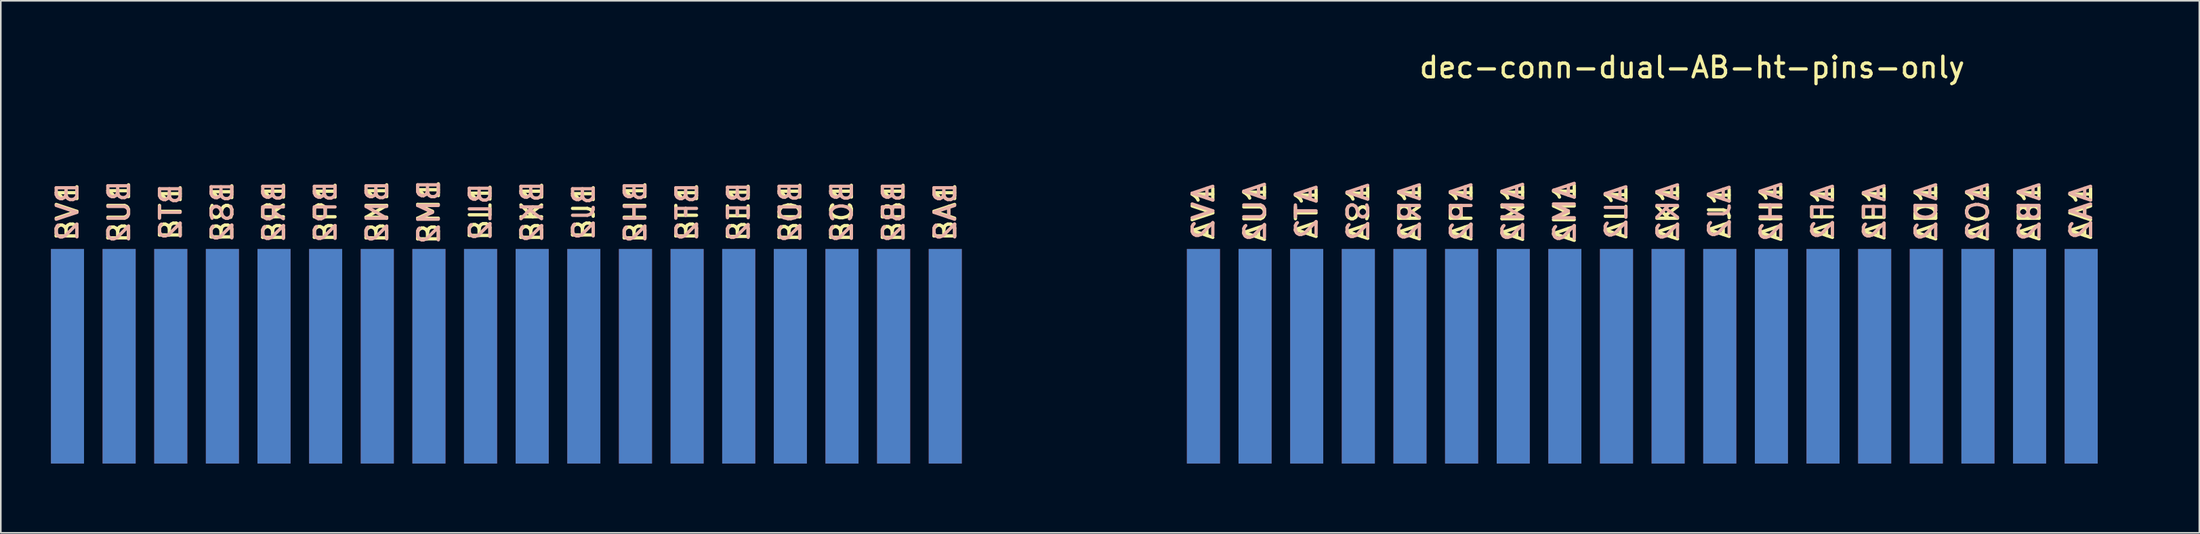
<source format=kicad_pcb>
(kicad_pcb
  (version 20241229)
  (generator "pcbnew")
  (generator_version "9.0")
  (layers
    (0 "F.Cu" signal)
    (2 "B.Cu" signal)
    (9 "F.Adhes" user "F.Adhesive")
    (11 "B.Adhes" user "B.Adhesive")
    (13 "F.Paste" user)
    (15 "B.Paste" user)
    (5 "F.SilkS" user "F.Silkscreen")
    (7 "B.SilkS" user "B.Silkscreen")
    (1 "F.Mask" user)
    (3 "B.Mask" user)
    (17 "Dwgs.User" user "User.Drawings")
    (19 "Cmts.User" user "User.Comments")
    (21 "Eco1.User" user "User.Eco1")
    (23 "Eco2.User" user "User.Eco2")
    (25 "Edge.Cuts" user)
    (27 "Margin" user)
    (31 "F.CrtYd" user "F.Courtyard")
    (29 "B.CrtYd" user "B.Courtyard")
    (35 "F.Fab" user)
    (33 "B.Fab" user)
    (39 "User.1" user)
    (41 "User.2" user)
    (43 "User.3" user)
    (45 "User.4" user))
  (footprint "dec-conn-dual-AB-ht-pins-only"
    (layer "F.Cu")
    (at 128.938 26.5)
    (property "Reference" "dec-conn-dual-AB-ht-pins-only" (at -27.94 -25.4 0) (layer "F.SilkS") (effects (font (size 1.27 1.27) (thickness 0.203))))
    (attr through_hole)
    (fp_text user "AF1" (at -19.888 -16.51 90) (layer "F.SilkS") (effects (font (size 1.27 1.27) (thickness 0.203))))
    (fp_text user "BB1" (at -77.038 -16.51 90) (layer "F.SilkS") (effects (font (size 1.27 1.27) (thickness 0.203))))
    (fp_text user "AA1" (at -4.013 -16.51 90) (layer "F.SilkS") (effects (font (size 1.27 1.27) (thickness 0.203))))
    (fp_text user "AM1" (at -35.763 -16.51 90) (layer "F.SilkS") (effects (font (size 1.27 1.27) (thickness 0.203))))
    (fp_text user "BC1" (at -80.213 -16.51 90) (layer "F.SilkS") (effects (font (size 1.27 1.27) (thickness 0.203))))
    (fp_text user "BA1" (at -73.863 -16.51 90) (layer "F.SilkS") (effects (font (size 1.27 1.27) (thickness 0.203))))
    (fp_text user "BP1" (at -111.963 -16.51 90) (layer "F.SilkS") (effects (font (size 1.27 1.27) (thickness 0.203))))
    (fp_text user "BM1" (at -105.613 -16.51 90) (layer "F.SilkS") (effects (font (size 1.27 1.27) (thickness 0.203))))
    (fp_text user "AH1" (at -23.063 -16.51 90) (layer "F.SilkS") (effects (font (size 1.27 1.27) (thickness 0.203))))
    (fp_text user "AJ1" (at -26.238 -16.51 90) (layer "F.SilkS") (effects (font (size 1.27 1.27) (thickness 0.203))))
    (fp_text user "AK1" (at -29.413 -16.51 90) (layer "F.SilkS") (effects (font (size 1.27 1.27) (thickness 0.203))))
    (fp_text user "AL1" (at -32.588 -16.51 90) (layer "F.SilkS") (effects (font (size 1.27 1.27) (thickness 0.203))))
    (fp_text user "BD1" (at -83.388 -16.51 90) (layer "F.SilkS") (effects (font (size 1.27 1.27) (thickness 0.203))))
    (fp_text user "BL1" (at -102.438 -16.51 90) (layer "F.SilkS") (effects (font (size 1.27 1.27) (thickness 0.203))))
    (fp_text user "BN1" (at -108.788 -16.51 90) (layer "F.SilkS") (effects (font (size 1.27 1.27) (thickness 0.203))))
    (fp_text user "AU1" (at -54.813 -16.51 90) (layer "F.SilkS") (effects (font (size 1.27 1.27) (thickness 0.203))))
    (fp_text user "AR1" (at -45.288 -16.51 90) (layer "F.SilkS") (effects (font (size 1.27 1.27) (thickness 0.203))))
    (fp_text user "BH1" (at -92.913 -16.51 90) (layer "F.SilkS") (effects (font (size 1.27 1.27) (thickness 0.203))))
    (fp_text user "AP1" (at -42.113 -16.51 90) (layer "F.SilkS") (effects (font (size 1.27 1.27) (thickness 0.203))))
    (fp_text user "AN1" (at -38.938 -16.51 90) (layer "F.SilkS") (effects (font (size 1.27 1.27) (thickness 0.203))))
    (fp_text user "BT1" (at -121.488 -16.51 90) (layer "F.SilkS") (effects (font (size 1.27 1.27) (thickness 0.203))))
    (fp_text user "AS1" (at -48.463 -16.51 90) (layer "F.SilkS") (effects (font (size 1.27 1.27) (thickness 0.203))))
    (fp_text user "BR1" (at -115.138 -16.51 90) (layer "F.SilkS") (effects (font (size 1.27 1.27) (thickness 0.203))))
    (fp_text user "BK1" (at -99.263 -16.51 90) (layer "F.SilkS") (effects (font (size 1.27 1.27) (thickness 0.203))))
    (fp_text user "BS1" (at -118.313 -16.51 90) (layer "F.SilkS") (effects (font (size 1.27 1.27) (thickness 0.203))))
    (fp_text user "BJ1" (at -96.088 -16.51 90) (layer "F.SilkS") (effects (font (size 1.27 1.27) (thickness 0.203))))
    (fp_text user "BV1" (at -127.838 -16.51 90) (layer "F.SilkS") (effects (font (size 1.27 1.27) (thickness 0.203))))
    (fp_text user "AD1" (at -13.538 -16.51 90) (layer "F.SilkS") (effects (font (size 1.27 1.27) (thickness 0.203))))
    (fp_text user "BU1" (at -124.663 -16.51 90) (layer "F.SilkS") (effects (font (size 1.27 1.27) (thickness 0.203))))
    (fp_text user "AE1" (at -16.713 -16.51 90) (layer "F.SilkS") (effects (font (size 1.27 1.27) (thickness 0.203))))
    (fp_text user "BF1" (at -89.738 -16.51 90) (layer "F.SilkS") (effects (font (size 1.27 1.27) (thickness 0.203))))
    (fp_text user "AV1" (at -57.988 -16.51 90) (layer "F.SilkS") (effects (font (size 1.27 1.27) (thickness 0.203))))
    (fp_text user "BE1" (at -86.563 -16.51 90) (layer "F.SilkS") (effects (font (size 1.27 1.27) (thickness 0.203))))
    (fp_text user "AT1" (at -51.638 -16.51 90) (layer "F.SilkS") (effects (font (size 1.27 1.27) (thickness 0.203))))
    (fp_text user "AB1" (at -7.188 -16.51 90) (layer "F.SilkS") (effects (font (size 1.27 1.27) (thickness 0.203))))
    (fp_text user "AC1" (at -10.363 -16.51 90) (layer "F.SilkS") (effects (font (size 1.27 1.27) (thickness 0.203))))
    (fp_text user "AH2" (at -23.063 -16.51 90) (layer "B.SilkS") (effects (font (size 1.27 1.27) (thickness 0.203)) (justify mirror)))
    (fp_text user "BN2" (at -108.788 -16.51 90) (layer "B.SilkS") (effects (font (size 1.27 1.27) (thickness 0.203)) (justify mirror)))
    (fp_text user "AL2" (at -32.588 -16.51 90) (layer "B.SilkS") (effects (font (size 1.27 1.27) (thickness 0.203)) (justify mirror)))
    (fp_text user "AS2" (at -48.463 -16.51 90) (layer "B.SilkS") (effects (font (size 1.27 1.27) (thickness 0.203)) (justify mirror)))
    (fp_text user "AK2" (at -29.413 -16.51 90) (layer "B.SilkS") (effects (font (size 1.27 1.27) (thickness 0.203)) (justify mirror)))
    (fp_text user "BA2" (at -73.863 -16.51 90) (layer "B.SilkS") (effects (font (size 1.27 1.27) (thickness 0.203)) (justify mirror)))
    (fp_text user "BH2" (at -92.913 -16.51 90) (layer "B.SilkS") (effects (font (size 1.27 1.27) (thickness 0.203)) (justify mirror)))
    (fp_text user "AM2" (at -35.763 -16.51 90) (layer "B.SilkS") (effects (font (size 1.27 1.27) (thickness 0.203)) (justify mirror)))
    (fp_text user "AJ2" (at -26.238 -16.51 90) (layer "B.SilkS") (effects (font (size 1.27 1.27) (thickness 0.203)) (justify mirror)))
    (fp_text user "AP2" (at -42.113 -16.51 90) (layer "B.SilkS") (effects (font (size 1.27 1.27) (thickness 0.203)) (justify mirror)))
    (fp_text user "BT2" (at -121.488 -16.51 90) (layer "B.SilkS") (effects (font (size 1.27 1.27) (thickness 0.203)) (justify mirror)))
    (fp_text user "BF2" (at -89.738 -16.51 90) (layer "B.SilkS") (effects (font (size 1.27 1.27) (thickness 0.203)) (justify mirror)))
    (fp_text user "BD2" (at -83.388 -16.51 90) (layer "B.SilkS") (effects (font (size 1.27 1.27) (thickness 0.203)) (justify mirror)))
    (fp_text user "BE2" (at -86.563 -16.51 90) (layer "B.SilkS") (effects (font (size 1.27 1.27) (thickness 0.203)) (justify mirror)))
    (fp_text user "BV2" (at -127.838 -16.51 90) (layer "B.SilkS") (effects (font (size 1.27 1.27) (thickness 0.203)) (justify mirror)))
    (fp_text user "AF2" (at -19.888 -16.51 90) (layer "B.SilkS") (effects (font (size 1.27 1.27) (thickness 0.203)) (justify mirror)))
    (fp_text user "AR2" (at -45.288 -16.51 90) (layer "B.SilkS") (effects (font (size 1.27 1.27) (thickness 0.203)) (justify mirror)))
    (fp_text user "AD2" (at -13.538 -16.51 90) (layer "B.SilkS") (effects (font (size 1.27 1.27) (thickness 0.203)) (justify mirror)))
    (fp_text user "BS2" (at -118.313 -16.51 90) (layer "B.SilkS") (effects (font (size 1.27 1.27) (thickness 0.203)) (justify mirror)))
    (fp_text user "BM2" (at -105.613 -16.51 90) (layer "B.SilkS") (effects (font (size 1.27 1.27) (thickness 0.203)) (justify mirror)))
    (fp_text user "BB2" (at -77.038 -16.51 90) (layer "B.SilkS") (effects (font (size 1.27 1.27) (thickness 0.203)) (justify mirror)))
    (fp_text user "AN2" (at -38.938 -16.51 90) (layer "B.SilkS") (effects (font (size 1.27 1.27) (thickness 0.203)) (justify mirror)))
    (fp_text user "BJ2" (at -96.088 -16.51 90) (layer "B.SilkS") (effects (font (size 1.27 1.27) (thickness 0.203)) (justify mirror)))
    (fp_text user "AB2" (at -7.188 -16.51 90) (layer "B.SilkS") (effects (font (size 1.27 1.27) (thickness 0.203)) (justify mirror)))
    (fp_text user "BC2" (at -80.213 -16.51 90) (layer "B.SilkS") (effects (font (size 1.27 1.27) (thickness 0.203)) (justify mirror)))
    (fp_text user "BP2" (at -111.963 -16.51 90) (layer "B.SilkS") (effects (font (size 1.27 1.27) (thickness 0.203)) (justify mirror)))
    (fp_text user "AE2" (at -16.713 -16.51 90) (layer "B.SilkS") (effects (font (size 1.27 1.27) (thickness 0.203)) (justify mirror)))
    (fp_text user "AC2" (at -10.363 -16.51 90) (layer "B.SilkS") (effects (font (size 1.27 1.27) (thickness 0.203)) (justify mirror)))
    (fp_text user "AT2" (at -51.638 -16.51 90) (layer "B.SilkS") (effects (font (size 1.27 1.27) (thickness 0.203)) (justify mirror)))
    (fp_text user "BU2" (at -124.663 -16.51 90) (layer "B.SilkS") (effects (font (size 1.27 1.27) (thickness 0.203)) (justify mirror)))
    (fp_text user "BR2" (at -115.138 -16.51 90) (layer "B.SilkS") (effects (font (size 1.27 1.27) (thickness 0.203)) (justify mirror)))
    (fp_text user "BK2" (at -99.263 -16.51 90) (layer "B.SilkS") (effects (font (size 1.27 1.27) (thickness 0.203)) (justify mirror)))
    (fp_text user "BL2" (at -102.438 -16.51 90) (layer "B.SilkS") (effects (font (size 1.27 1.27) (thickness 0.203)) (justify mirror)))
    (fp_text user "AA2" (at -4.013 -16.51 90) (layer "B.SilkS") (effects (font (size 1.27 1.27) (thickness 0.203)) (justify mirror)))
    (fp_text user "AU2" (at -54.813 -16.51 90) (layer "B.SilkS") (effects (font (size 1.27 1.27) (thickness 0.203)) (justify mirror)))
    (fp_text user "AV2" (at -57.988 -16.51 90) (layer "B.SilkS") (effects (font (size 1.27 1.27) (thickness 0.203)) (justify mirror)))
    (pad "AA1" connect rect (at -4.013 -13.462) (size 2.032 13.208) (drill (offset 0 5.842)) (layers "F.Cu" "F.Mask"))
    (pad "AA2" connect rect (at -4.013 -13.462) (size 2.032 13.208) (drill (offset 0 5.842)) (layers "B.Cu" "B.Mask"))
    (pad "AB1" connect rect (at -7.188 -13.462) (size 2.032 13.208) (drill (offset 0 5.842)) (layers "F.Cu" "F.Mask"))
    (pad "AB2" connect rect (at -7.188 -13.462) (size 2.032 13.208) (drill (offset 0 5.842)) (layers "B.Cu" "B.Mask"))
    (pad "AC1" connect rect (at -10.363 -13.462) (size 2.032 13.208) (drill (offset 0 5.842)) (layers "F.Cu" "F.Mask"))
    (pad "AC2" connect rect (at -10.363 -13.462) (size 2.032 13.208) (drill (offset 0 5.842)) (layers "B.Cu" "B.Mask"))
    (pad "AD1" connect rect (at -13.538 -13.462) (size 2.032 13.208) (drill (offset 0 5.842)) (layers "F.Cu" "F.Mask"))
    (pad "AD2" connect rect (at -13.538 -13.462) (size 2.032 13.208) (drill (offset 0 5.842)) (layers "B.Cu" "B.Mask"))
    (pad "AE1" connect rect (at -16.713 -13.462) (size 2.032 13.208) (drill (offset 0 5.842)) (layers "F.Cu" "F.Mask"))
    (pad "AE2" connect rect (at -16.713 -13.462) (size 2.032 13.208) (drill (offset 0 5.842)) (layers "B.Cu" "B.Mask"))
    (pad "AF1" connect rect (at -19.888 -13.462) (size 2.032 13.208) (drill (offset 0 5.842)) (layers "F.Cu" "F.Mask"))
    (pad "AF2" connect rect (at -19.888 -13.462) (size 2.032 13.208) (drill (offset 0 5.842)) (layers "B.Cu" "B.Mask"))
    (pad "AH1" connect rect (at -23.063 -13.462) (size 2.032 13.208) (drill (offset 0 5.842)) (layers "F.Cu" "F.Mask"))
    (pad "AH2" connect rect (at -23.063 -13.462) (size 2.032 13.208) (drill (offset 0 5.842)) (layers "B.Cu" "B.Mask"))
    (pad "AJ1" connect rect (at -26.238 -13.462) (size 2.032 13.208) (drill (offset 0 5.842)) (layers "F.Cu" "F.Mask"))
    (pad "AJ2" connect rect (at -26.238 -13.462) (size 2.032 13.208) (drill (offset 0 5.842)) (layers "B.Cu" "B.Mask"))
    (pad "AK1" connect rect (at -29.413 -13.462) (size 2.032 13.208) (drill (offset 0 5.842)) (layers "F.Cu" "F.Mask"))
    (pad "AK2" connect rect (at -29.413 -13.462) (size 2.032 13.208) (drill (offset 0 5.842)) (layers "B.Cu" "B.Mask"))
    (pad "AL1" connect rect (at -32.588 -13.462) (size 2.032 13.208) (drill (offset 0 5.842)) (layers "F.Cu" "F.Mask"))
    (pad "AL2" connect rect (at -32.588 -13.462) (size 2.032 13.208) (drill (offset 0 5.842)) (layers "B.Cu" "B.Mask"))
    (pad "AM1" connect rect (at -35.763 -13.462) (size 2.032 13.208) (drill (offset 0 5.842)) (layers "F.Cu" "F.Mask"))
    (pad "AM2" connect rect (at -35.763 -13.462) (size 2.032 13.208) (drill (offset 0 5.842)) (layers "B.Cu" "B.Mask"))
    (pad "AN1" connect rect (at -38.938 -13.462) (size 2.032 13.208) (drill (offset 0 5.842)) (layers "F.Cu" "F.Mask"))
    (pad "AN2" connect rect (at -38.938 -13.462) (size 2.032 13.208) (drill (offset 0 5.842)) (layers "B.Cu" "B.Mask"))
    (pad "AP1" connect rect (at -42.113 -13.462) (size 2.032 13.208) (drill (offset 0 5.842)) (layers "F.Cu" "F.Mask"))
    (pad "AP2" connect rect (at -42.113 -13.462) (size 2.032 13.208) (drill (offset 0 5.842)) (layers "B.Cu" "B.Mask"))
    (pad "AR1" connect rect (at -45.288 -13.462) (size 2.032 13.208) (drill (offset 0 5.842)) (layers "F.Cu" "F.Mask"))
    (pad "AR2" connect rect (at -45.288 -13.462) (size 2.032 13.208) (drill (offset 0 5.842)) (layers "B.Cu" "B.Mask"))
    (pad "AS1" connect rect (at -48.463 -13.462) (size 2.032 13.208) (drill (offset 0 5.842)) (layers "F.Cu" "F.Mask"))
    (pad "AS2" connect rect (at -48.463 -13.462) (size 2.032 13.208) (drill (offset 0 5.842)) (layers "B.Cu" "B.Mask"))
    (pad "AT1" connect rect (at -51.638 -13.462) (size 2.032 13.208) (drill (offset 0 5.842)) (layers "F.Cu" "F.Mask"))
    (pad "AT2" connect rect (at -51.638 -13.462) (size 2.032 13.208) (drill (offset 0 5.842)) (layers "B.Cu" "B.Mask"))
    (pad "AU1" connect rect (at -54.813 -13.462) (size 2.032 13.208) (drill (offset 0 5.842)) (layers "F.Cu" "F.Mask"))
    (pad "AU2" connect rect (at -54.813 -13.462) (size 2.032 13.208) (drill (offset 0 5.842)) (layers "B.Cu" "B.Mask"))
    (pad "AV1" connect rect (at -57.988 -13.462) (size 2.032 13.208) (drill (offset 0 5.842)) (layers "F.Cu" "F.Mask"))
    (pad "AV2" connect rect (at -57.988 -13.462) (size 2.032 13.208) (drill (offset 0 5.842)) (layers "B.Cu" "B.Mask"))
    (pad "BA1" connect rect (at -73.863 -13.462) (size 2.032 13.208) (drill (offset 0 5.842)) (layers "F.Cu" "F.Mask"))
    (pad "BA2" connect rect (at -73.863 -13.462) (size 2.032 13.208) (drill (offset 0 5.842)) (layers "B.Cu" "B.Mask"))
    (pad "BB1" connect rect (at -77.038 -13.462) (size 2.032 13.208) (drill (offset 0 5.842)) (layers "F.Cu" "F.Mask"))
    (pad "BB2" connect rect (at -77.038 -13.462) (size 2.032 13.208) (drill (offset 0 5.842)) (layers "B.Cu" "B.Mask"))
    (pad "BC1" connect rect (at -80.213 -13.462) (size 2.032 13.208) (drill (offset 0 5.842)) (layers "F.Cu" "F.Mask"))
    (pad "BC2" connect rect (at -80.213 -13.462) (size 2.032 13.208) (drill (offset 0 5.842)) (layers "B.Cu" "B.Mask"))
    (pad "BD1" connect rect (at -83.388 -13.462) (size 2.032 13.208) (drill (offset 0 5.842)) (layers "F.Cu" "F.Mask"))
    (pad "BD2" connect rect (at -83.388 -13.462) (size 2.032 13.208) (drill (offset 0 5.842)) (layers "B.Cu" "B.Mask"))
    (pad "BE1" connect rect (at -86.563 -13.462) (size 2.032 13.208) (drill (offset 0 5.842)) (layers "F.Cu" "F.Mask"))
    (pad "BE2" connect rect (at -86.563 -13.462) (size 2.032 13.208) (drill (offset 0 5.842)) (layers "B.Cu" "B.Mask"))
    (pad "BF1" connect rect (at -89.738 -13.462) (size 2.032 13.208) (drill (offset 0 5.842)) (layers "F.Cu" "F.Mask"))
    (pad "BF2" connect rect (at -89.738 -13.462) (size 2.032 13.208) (drill (offset 0 5.842)) (layers "B.Cu" "B.Mask"))
    (pad "BH1" connect rect (at -92.913 -13.462) (size 2.032 13.208) (drill (offset 0 5.842)) (layers "F.Cu" "F.Mask"))
    (pad "BH2" connect rect (at -92.913 -13.462) (size 2.032 13.208) (drill (offset 0 5.842)) (layers "B.Cu" "B.Mask"))
    (pad "BJ1" connect rect (at -96.088 -13.462) (size 2.032 13.208) (drill (offset 0 5.842)) (layers "F.Cu" "F.Mask"))
    (pad "BJ2" connect rect (at -96.088 -13.462) (size 2.032 13.208) (drill (offset 0 5.842)) (layers "B.Cu" "B.Mask"))
    (pad "BK1" connect rect (at -99.263 -13.462) (size 2.032 13.208) (drill (offset 0 5.842)) (layers "F.Cu" "F.Mask"))
    (pad "BK2" connect rect (at -99.263 -13.462) (size 2.032 13.208) (drill (offset 0 5.842)) (layers "B.Cu" "B.Mask"))
    (pad "BL1" connect rect (at -102.438 -13.462) (size 2.032 13.208) (drill (offset 0 5.842)) (layers "F.Cu" "F.Mask"))
    (pad "BL2" connect rect (at -102.438 -13.462) (size 2.032 13.208) (drill (offset 0 5.842)) (layers "B.Cu" "B.Mask"))
    (pad "BM1" connect rect (at -105.613 -13.462) (size 2.032 13.208) (drill (offset 0 5.842)) (layers "F.Cu" "F.Mask"))
    (pad "BM2" connect rect (at -105.613 -13.462) (size 2.032 13.208) (drill (offset 0 5.842)) (layers "B.Cu" "B.Mask"))
    (pad "BN1" connect rect (at -108.788 -13.462) (size 2.032 13.208) (drill (offset 0 5.842)) (layers "F.Cu" "F.Mask"))
    (pad "BN2" connect rect (at -108.788 -13.462) (size 2.032 13.208) (drill (offset 0 5.842)) (layers "B.Cu" "B.Mask"))
    (pad "BP1" connect rect (at -111.963 -13.462) (size 2.032 13.208) (drill (offset 0 5.842)) (layers "F.Cu" "F.Mask"))
    (pad "BP2" connect rect (at -111.963 -13.462) (size 2.032 13.208) (drill (offset 0 5.842)) (layers "B.Cu" "B.Mask"))
    (pad "BR1" connect rect (at -115.138 -13.462) (size 2.032 13.208) (drill (offset 0 5.842)) (layers "F.Cu" "F.Mask"))
    (pad "BR2" connect rect (at -115.138 -13.462) (size 2.032 13.208) (drill (offset 0 5.842)) (layers "B.Cu" "B.Mask"))
    (pad "BS1" connect rect (at -118.313 -13.462) (size 2.032 13.208) (drill (offset 0 5.842)) (layers "F.Cu" "F.Mask"))
    (pad "BS2" connect rect (at -118.313 -13.462) (size 2.032 13.208) (drill (offset 0 5.842)) (layers "B.Cu" "B.Mask"))
    (pad "BT1" connect rect (at -121.488 -13.462) (size 2.032 13.208) (drill (offset 0 5.842)) (layers "F.Cu" "F.Mask"))
    (pad "BT2" connect rect (at -121.488 -13.462) (size 2.032 13.208) (drill (offset 0 5.842)) (layers "B.Cu" "B.Mask"))
    (pad "BU1" connect rect (at -124.663 -13.462) (size 2.032 13.208) (drill (offset 0 5.842)) (layers "F.Cu" "F.Mask"))
    (pad "BU2" connect rect (at -124.663 -13.462) (size 2.032 13.208) (drill (offset 0 5.842)) (layers "B.Cu" "B.Mask"))
    (pad "BV1" connect rect (at -127.838 -13.462) (size 2.032 13.208) (drill (offset 0 5.842)) (layers "F.Cu" "F.Mask"))
    (pad "BV2" connect rect (at -127.838 -13.462) (size 2.032 13.208) (drill (offset 0 5.842)) (layers "B.Cu" "B.Mask")))
  (gr_rect
    (start -3 -3)
    (end 132.188 29.75)
    (stroke (width 0.1) (type default))
    (fill no)
    (layer "Edge.Cuts")))
</source>
